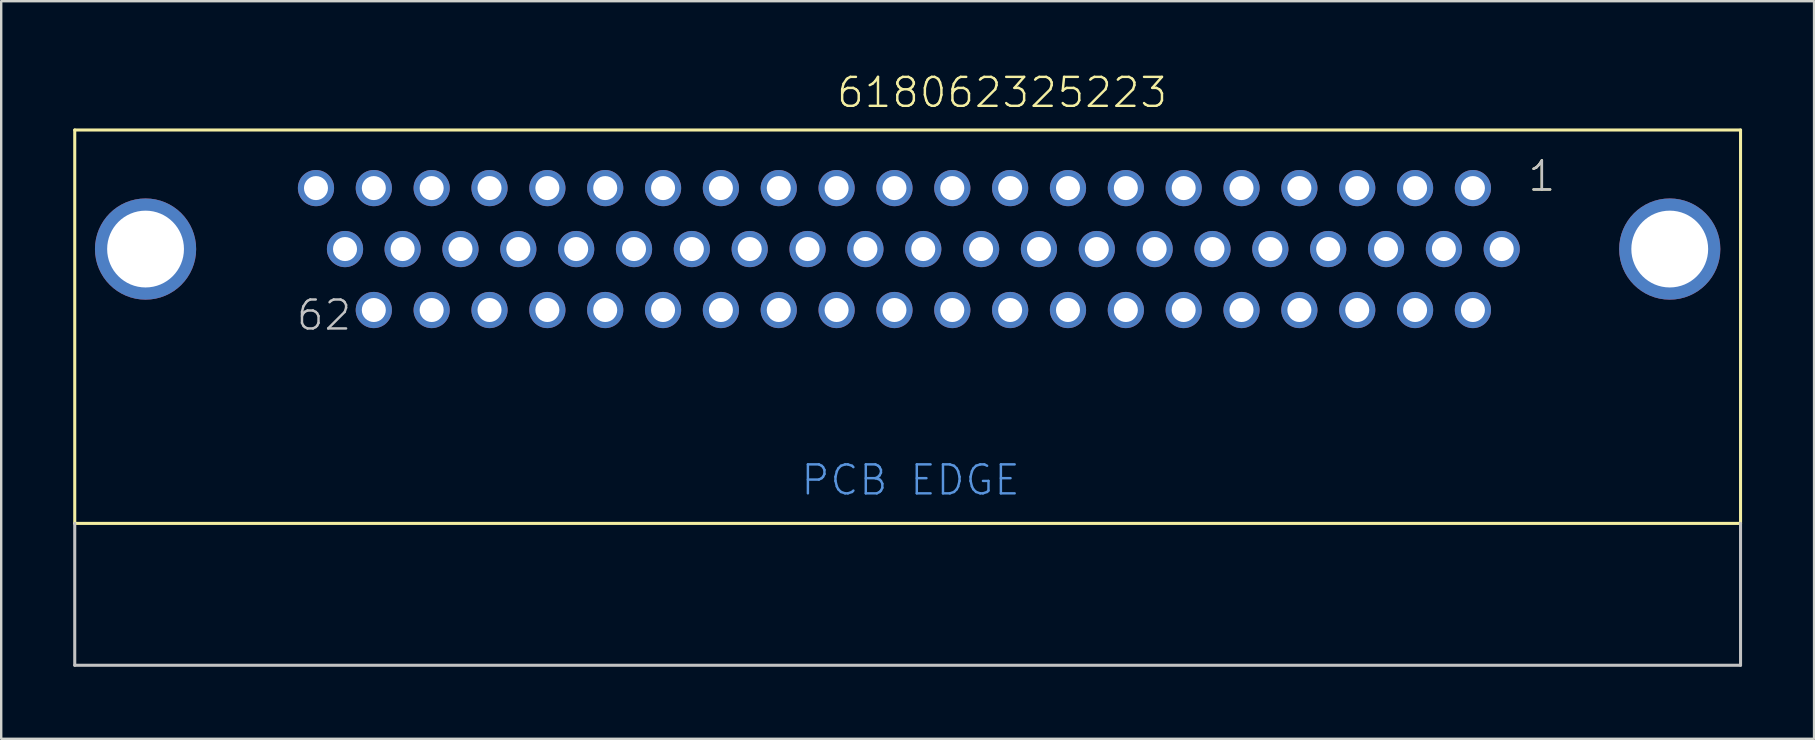
<source format=kicad_pcb>
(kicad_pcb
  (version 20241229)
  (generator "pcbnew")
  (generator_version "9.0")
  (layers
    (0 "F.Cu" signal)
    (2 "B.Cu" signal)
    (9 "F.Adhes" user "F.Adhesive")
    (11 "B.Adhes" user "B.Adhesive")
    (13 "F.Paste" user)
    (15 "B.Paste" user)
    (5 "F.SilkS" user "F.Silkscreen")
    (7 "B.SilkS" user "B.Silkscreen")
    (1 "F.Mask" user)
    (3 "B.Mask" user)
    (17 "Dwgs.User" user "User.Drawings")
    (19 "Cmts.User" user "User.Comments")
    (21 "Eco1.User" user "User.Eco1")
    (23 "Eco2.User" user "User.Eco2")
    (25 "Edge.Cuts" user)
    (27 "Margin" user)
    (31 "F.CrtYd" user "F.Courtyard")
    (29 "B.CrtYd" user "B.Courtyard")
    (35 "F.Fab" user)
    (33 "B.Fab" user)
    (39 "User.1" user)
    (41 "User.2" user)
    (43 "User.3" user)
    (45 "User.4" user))
  (footprint "618062325223"
    (layer "F.Cu")
    (at 34.764 7.326)
    (property "Reference" "618062325223" (at -3.025 -5.815 0) (layer "F.SilkS") (effects (font (size 1.206 1.206) (thickness 0.102)) (justify left bottom)))
    (attr through_hole)
    (fp_line (start -34.7 -4.96) (end 34.7 -4.96) (stroke (width 0.127) (type solid)) (layer "F.SilkS"))
    (fp_line (start -34.7 11.43) (end -34.7 -4.96) (stroke (width 0.127) (type solid)) (layer "F.SilkS"))
    (fp_line (start 34.7 -4.96) (end 34.7 11.43) (stroke (width 0.127) (type solid)) (layer "F.SilkS"))
    (fp_line (start 34.7 11.43) (end -34.7 11.43) (stroke (width 0.127) (type solid)) (layer "F.SilkS"))
    (fp_line (start -34.7 17.34) (end -34.7 11.43) (stroke (width 0.127) (type solid)) (layer "Dwgs.User"))
    (fp_line (start 34.7 11.43) (end 34.7 17.34) (stroke (width 0.127) (type solid)) (layer "Dwgs.User"))
    (fp_line (start 34.7 17.34) (end -34.7 17.34) (stroke (width 0.127) (type solid)) (layer "Dwgs.User"))
    (fp_text user "1" (at 25.78 -2.33 0) (layer "F.SilkS") (effects (font (size 1.206 1.206) (thickness 0.102)) (justify left bottom)))
    (fp_text user "62" (at -25.53 3.46 0) (layer "Dwgs.User") (effects (font (size 1.206 1.206) (thickness 0.102)) (justify left bottom)))
    (fp_text user "1" (at 25.78 -2.33 0) (layer "Dwgs.User") (effects (font (size 1.206 1.206) (thickness 0.102)) (justify left bottom)))
    (fp_text user "PCB EDGE" (at -4.51 10.33 0) (layer "Cmts.User") (effects (font (size 1.206 1.206) (thickness 0.102)) (justify left bottom)))
    (pad "1" thru_hole circle (at 23.55 -2.54 180) (size 1.508 1.508) (drill 1) (layers "*.Cu" "*.Mask"))
    (pad "2" thru_hole circle (at 21.14 -2.54 180) (size 1.508 1.508) (drill 1) (layers "*.Cu" "*.Mask"))
    (pad "3" thru_hole circle (at 18.73 -2.54 180) (size 1.508 1.508) (drill 1) (layers "*.Cu" "*.Mask"))
    (pad "4" thru_hole circle (at 16.32 -2.54 180) (size 1.508 1.508) (drill 1) (layers "*.Cu" "*.Mask"))
    (pad "5" thru_hole circle (at 13.91 -2.54 180) (size 1.508 1.508) (drill 1) (layers "*.Cu" "*.Mask"))
    (pad "6" thru_hole circle (at 11.5 -2.54 180) (size 1.508 1.508) (drill 1) (layers "*.Cu" "*.Mask"))
    (pad "7" thru_hole circle (at 9.09 -2.54 180) (size 1.508 1.508) (drill 1) (layers "*.Cu" "*.Mask"))
    (pad "8" thru_hole circle (at 6.68 -2.54 180) (size 1.508 1.508) (drill 1) (layers "*.Cu" "*.Mask"))
    (pad "9" thru_hole circle (at 4.27 -2.54 180) (size 1.508 1.508) (drill 1) (layers "*.Cu" "*.Mask"))
    (pad "10" thru_hole circle (at 1.86 -2.54 180) (size 1.508 1.508) (drill 1) (layers "*.Cu" "*.Mask"))
    (pad "11" thru_hole circle (at -0.55 -2.54 180) (size 1.508 1.508) (drill 1) (layers "*.Cu" "*.Mask"))
    (pad "12" thru_hole circle (at -2.96 -2.54 180) (size 1.508 1.508) (drill 1) (layers "*.Cu" "*.Mask"))
    (pad "13" thru_hole circle (at -5.37 -2.54 180) (size 1.508 1.508) (drill 1) (layers "*.Cu" "*.Mask"))
    (pad "14" thru_hole circle (at -7.78 -2.54 180) (size 1.508 1.508) (drill 1) (layers "*.Cu" "*.Mask"))
    (pad "15" thru_hole circle (at -10.19 -2.54 180) (size 1.508 1.508) (drill 1) (layers "*.Cu" "*.Mask"))
    (pad "16" thru_hole circle (at -12.6 -2.54 180) (size 1.508 1.508) (drill 1) (layers "*.Cu" "*.Mask"))
    (pad "17" thru_hole circle (at -15.01 -2.54 180) (size 1.508 1.508) (drill 1) (layers "*.Cu" "*.Mask"))
    (pad "18" thru_hole circle (at -17.42 -2.54 180) (size 1.508 1.508) (drill 1) (layers "*.Cu" "*.Mask"))
    (pad "19" thru_hole circle (at -19.83 -2.54 180) (size 1.508 1.508) (drill 1) (layers "*.Cu" "*.Mask"))
    (pad "20" thru_hole circle (at -22.24 -2.54 180) (size 1.508 1.508) (drill 1) (layers "*.Cu" "*.Mask"))
    (pad "21" thru_hole circle (at -24.65 -2.54 180) (size 1.508 1.508) (drill 1) (layers "*.Cu" "*.Mask"))
    (pad "22" thru_hole circle (at 24.75 0 180) (size 1.508 1.508) (drill 1) (layers "*.Cu" "*.Mask"))
    (pad "23" thru_hole circle (at 22.34 0 180) (size 1.508 1.508) (drill 1) (layers "*.Cu" "*.Mask"))
    (pad "24" thru_hole circle (at 19.93 0 180) (size 1.508 1.508) (drill 1) (layers "*.Cu" "*.Mask"))
    (pad "25" thru_hole circle (at 17.52 0 180) (size 1.508 1.508) (drill 1) (layers "*.Cu" "*.Mask"))
    (pad "26" thru_hole circle (at 15.11 0 180) (size 1.508 1.508) (drill 1) (layers "*.Cu" "*.Mask"))
    (pad "27" thru_hole circle (at 12.7 0 180) (size 1.508 1.508) (drill 1) (layers "*.Cu" "*.Mask"))
    (pad "28" thru_hole circle (at 10.29 0 180) (size 1.508 1.508) (drill 1) (layers "*.Cu" "*.Mask"))
    (pad "29" thru_hole circle (at 7.88 0 180) (size 1.508 1.508) (drill 1) (layers "*.Cu" "*.Mask"))
    (pad "30" thru_hole circle (at 5.47 0 180) (size 1.508 1.508) (drill 1) (layers "*.Cu" "*.Mask"))
    (pad "31" thru_hole circle (at 3.06 0 180) (size 1.508 1.508) (drill 1) (layers "*.Cu" "*.Mask"))
    (pad "32" thru_hole circle (at 0.65 0 180) (size 1.508 1.508) (drill 1) (layers "*.Cu" "*.Mask"))
    (pad "33" thru_hole circle (at -1.76 0 180) (size 1.508 1.508) (drill 1) (layers "*.Cu" "*.Mask"))
    (pad "34" thru_hole circle (at -4.17 0 180) (size 1.508 1.508) (drill 1) (layers "*.Cu" "*.Mask"))
    (pad "35" thru_hole circle (at -6.58 0 180) (size 1.508 1.508) (drill 1) (layers "*.Cu" "*.Mask"))
    (pad "36" thru_hole circle (at -8.99 0 180) (size 1.508 1.508) (drill 1) (layers "*.Cu" "*.Mask"))
    (pad "37" thru_hole circle (at -11.4 0 180) (size 1.508 1.508) (drill 1) (layers "*.Cu" "*.Mask"))
    (pad "38" thru_hole circle (at -13.81 0 180) (size 1.508 1.508) (drill 1) (layers "*.Cu" "*.Mask"))
    (pad "39" thru_hole circle (at -16.22 0 180) (size 1.508 1.508) (drill 1) (layers "*.Cu" "*.Mask"))
    (pad "40" thru_hole circle (at -18.63 0 180) (size 1.508 1.508) (drill 1) (layers "*.Cu" "*.Mask"))
    (pad "41" thru_hole circle (at -21.04 0 180) (size 1.508 1.508) (drill 1) (layers "*.Cu" "*.Mask"))
    (pad "42" thru_hole circle (at -23.44 0 180) (size 1.508 1.508) (drill 1) (layers "*.Cu" "*.Mask"))
    (pad "43" thru_hole circle (at 23.55 2.54 180) (size 1.508 1.508) (drill 1) (layers "*.Cu" "*.Mask"))
    (pad "44" thru_hole circle (at 21.14 2.54 180) (size 1.508 1.508) (drill 1) (layers "*.Cu" "*.Mask"))
    (pad "45" thru_hole circle (at 18.73 2.54 180) (size 1.508 1.508) (drill 1) (layers "*.Cu" "*.Mask"))
    (pad "46" thru_hole circle (at 16.32 2.54 180) (size 1.508 1.508) (drill 1) (layers "*.Cu" "*.Mask"))
    (pad "47" thru_hole circle (at 13.91 2.54 180) (size 1.508 1.508) (drill 1) (layers "*.Cu" "*.Mask"))
    (pad "48" thru_hole circle (at 11.5 2.54 180) (size 1.508 1.508) (drill 1) (layers "*.Cu" "*.Mask"))
    (pad "49" thru_hole circle (at 9.09 2.54 180) (size 1.508 1.508) (drill 1) (layers "*.Cu" "*.Mask"))
    (pad "50" thru_hole circle (at 6.68 2.54 180) (size 1.508 1.508) (drill 1) (layers "*.Cu" "*.Mask"))
    (pad "51" thru_hole circle (at 4.27 2.54 180) (size 1.508 1.508) (drill 1) (layers "*.Cu" "*.Mask"))
    (pad "52" thru_hole circle (at 1.86 2.54 180) (size 1.508 1.508) (drill 1) (layers "*.Cu" "*.Mask"))
    (pad "53" thru_hole circle (at -0.55 2.54 180) (size 1.508 1.508) (drill 1) (layers "*.Cu" "*.Mask"))
    (pad "54" thru_hole circle (at -2.96 2.54 180) (size 1.508 1.508) (drill 1) (layers "*.Cu" "*.Mask"))
    (pad "55" thru_hole circle (at -5.37 2.54 180) (size 1.508 1.508) (drill 1) (layers "*.Cu" "*.Mask"))
    (pad "56" thru_hole circle (at -7.78 2.54 180) (size 1.508 1.508) (drill 1) (layers "*.Cu" "*.Mask"))
    (pad "57" thru_hole circle (at -10.19 2.54 180) (size 1.508 1.508) (drill 1) (layers "*.Cu" "*.Mask"))
    (pad "58" thru_hole circle (at -12.6 2.54 180) (size 1.508 1.508) (drill 1) (layers "*.Cu" "*.Mask"))
    (pad "59" thru_hole circle (at -15.01 2.54 180) (size 1.508 1.508) (drill 1) (layers "*.Cu" "*.Mask"))
    (pad "60" thru_hole circle (at -17.42 2.54 180) (size 1.508 1.508) (drill 1) (layers "*.Cu" "*.Mask"))
    (pad "61" thru_hole circle (at -19.83 2.54 180) (size 1.508 1.508) (drill 1) (layers "*.Cu" "*.Mask"))
    (pad "62" thru_hole circle (at -22.24 2.54 180) (size 1.508 1.508) (drill 1) (layers "*.Cu" "*.Mask"))
    (pad "SHEL" thru_hole circle (at -31.75 0) (size 4.216 4.216) (drill 3.2) (layers "*.Cu" "*.Mask"))
    (pad "SHEL" thru_hole circle (at 31.75 0) (size 4.216 4.216) (drill 3.2) (layers "*.Cu" "*.Mask")))
  (gr_rect
    (start -3 -3)
    (end 72.527 27.73)
    (stroke (width 0.1) (type default))
    (fill no)
    (layer "Edge.Cuts")))
</source>
